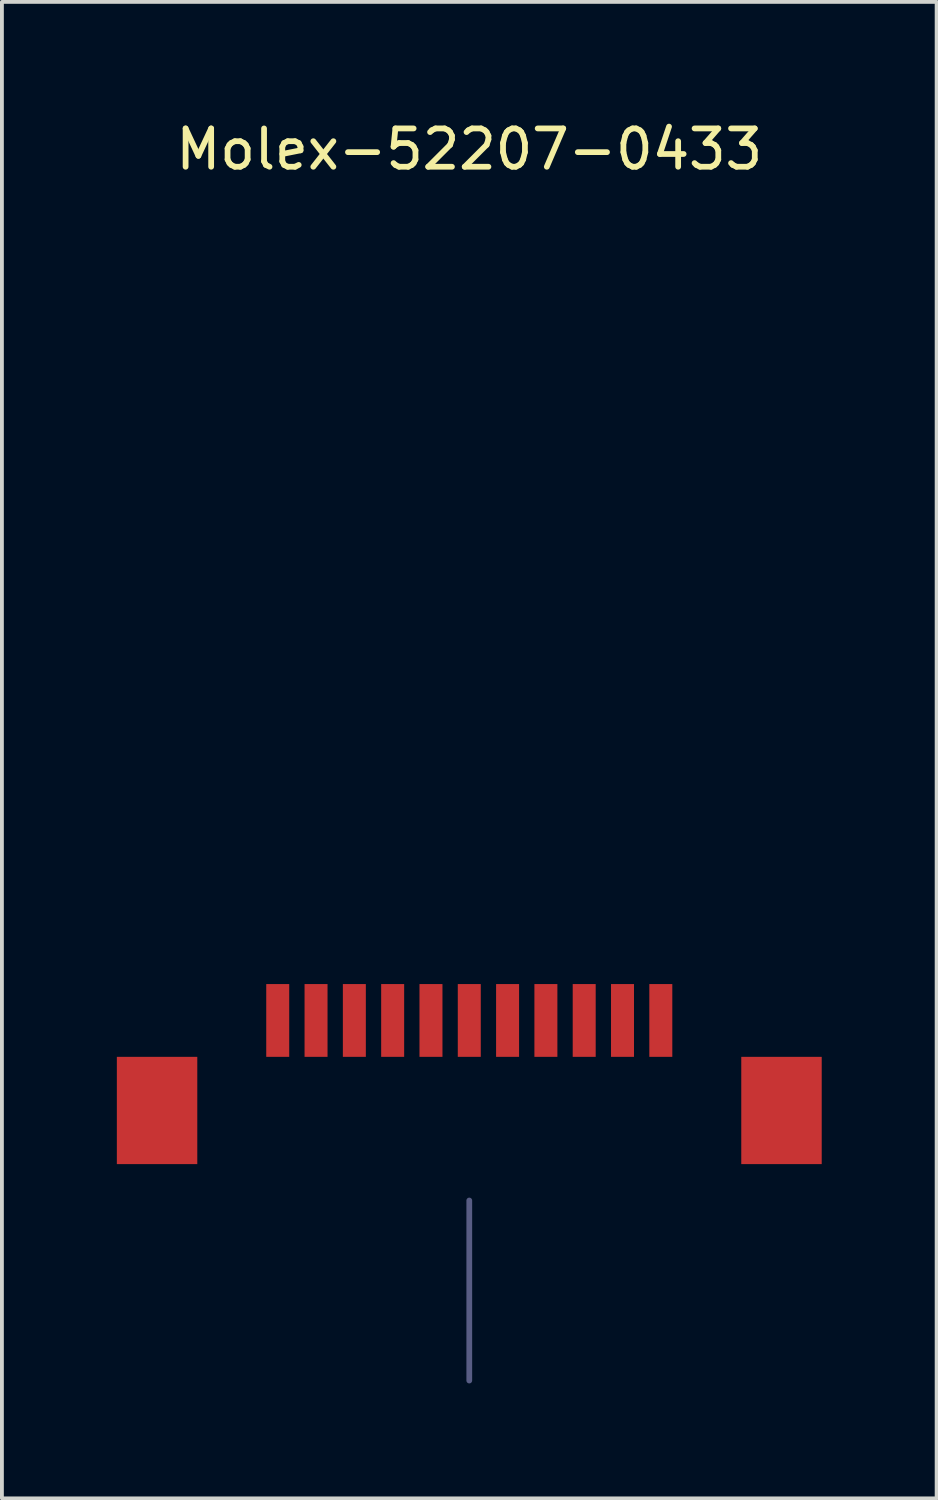
<source format=kicad_pcb>
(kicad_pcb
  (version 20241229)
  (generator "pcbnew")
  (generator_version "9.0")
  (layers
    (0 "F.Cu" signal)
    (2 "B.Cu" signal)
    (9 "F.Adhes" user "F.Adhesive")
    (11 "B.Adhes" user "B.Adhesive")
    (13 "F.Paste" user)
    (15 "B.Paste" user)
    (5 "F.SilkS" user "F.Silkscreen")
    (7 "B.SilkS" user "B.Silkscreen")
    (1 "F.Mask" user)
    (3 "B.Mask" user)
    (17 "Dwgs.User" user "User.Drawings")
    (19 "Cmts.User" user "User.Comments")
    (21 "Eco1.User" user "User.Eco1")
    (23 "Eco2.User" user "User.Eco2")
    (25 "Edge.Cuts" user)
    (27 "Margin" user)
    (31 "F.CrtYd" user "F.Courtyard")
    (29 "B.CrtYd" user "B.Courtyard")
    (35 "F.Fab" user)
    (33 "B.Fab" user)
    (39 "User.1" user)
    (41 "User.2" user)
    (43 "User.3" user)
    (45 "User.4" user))
  (footprint "Molex-52207-0433"
    (layer "F.Cu")
    (at 9.2 23.588)
    (property "Reference" "Molex-52207-0433" (at 0 -22.74 0) (layer "F.SilkS") (effects (font (size 1 1) (thickness 0.15))))
    (attr through_hole)
    (fp_line (start -7.75 1.55) (end 7.75 1.55) (stroke (width 0.15) (type solid)) (layer "Eco2.User"))
    (fp_line (start -7.75 6.9) (end -7.75 1.55) (stroke (width 0.15) (type solid)) (layer "Eco2.User"))
    (fp_line (start 7.75 1.55) (end 7.75 6.9) (stroke (width 0.15) (type solid)) (layer "Eco2.User"))
    (fp_line (start 7.75 6.9) (end -7.75 6.9) (stroke (width 0.15) (type solid)) (layer "Eco2.User"))
    (fp_line (start 0 4.7) (end 0 9.4) (stroke (width 0.15) (type solid)) (layer "B.Fab"))
    (pad "" smd rect (at -8.15 2.35) (size 2.1 2.8) (layers "F.Cu" "F.Mask" "F.Paste"))
    (pad "" smd rect (at 8.15 2.35) (size 2.1 2.8) (layers "F.Cu" "F.Mask" "F.Paste"))
    (pad "1" smd rect (at -5 0) (size 0.6 1.9) (layers "F.Cu" "F.Mask" "F.Paste"))
    (pad "2" smd rect (at -4 0) (size 0.6 1.9) (layers "F.Cu" "F.Mask" "F.Paste"))
    (pad "3" smd rect (at -3 0) (size 0.6 1.9) (layers "F.Cu" "F.Mask" "F.Paste"))
    (pad "4" smd rect (at -2 0) (size 0.6 1.9) (layers "F.Cu" "F.Mask" "F.Paste"))
    (pad "5" smd rect (at -1 0) (size 0.6 1.9) (layers "F.Cu" "F.Mask" "F.Paste"))
    (pad "6" smd rect (at 0 0) (size 0.6 1.9) (layers "F.Cu" "F.Mask" "F.Paste"))
    (pad "7" smd rect (at 1 0) (size 0.6 1.9) (layers "F.Cu" "F.Mask" "F.Paste"))
    (pad "8" smd rect (at 2 0) (size 0.6 1.9) (layers "F.Cu" "F.Mask" "F.Paste"))
    (pad "9" smd rect (at 3 0) (size 0.6 1.9) (layers "F.Cu" "F.Mask" "F.Paste"))
    (pad "10" smd rect (at 4 0) (size 0.6 1.9) (layers "F.Cu" "F.Mask" "F.Paste"))
    (pad "11" smd rect (at 5 0) (size 0.6 1.9) (layers "F.Cu" "F.Mask" "F.Paste")))
  (gr_rect
    (start -3 -3)
    (end 21.4 36.063)
    (stroke (width 0.1) (type default))
    (fill no)
    (layer "Edge.Cuts")))
</source>
